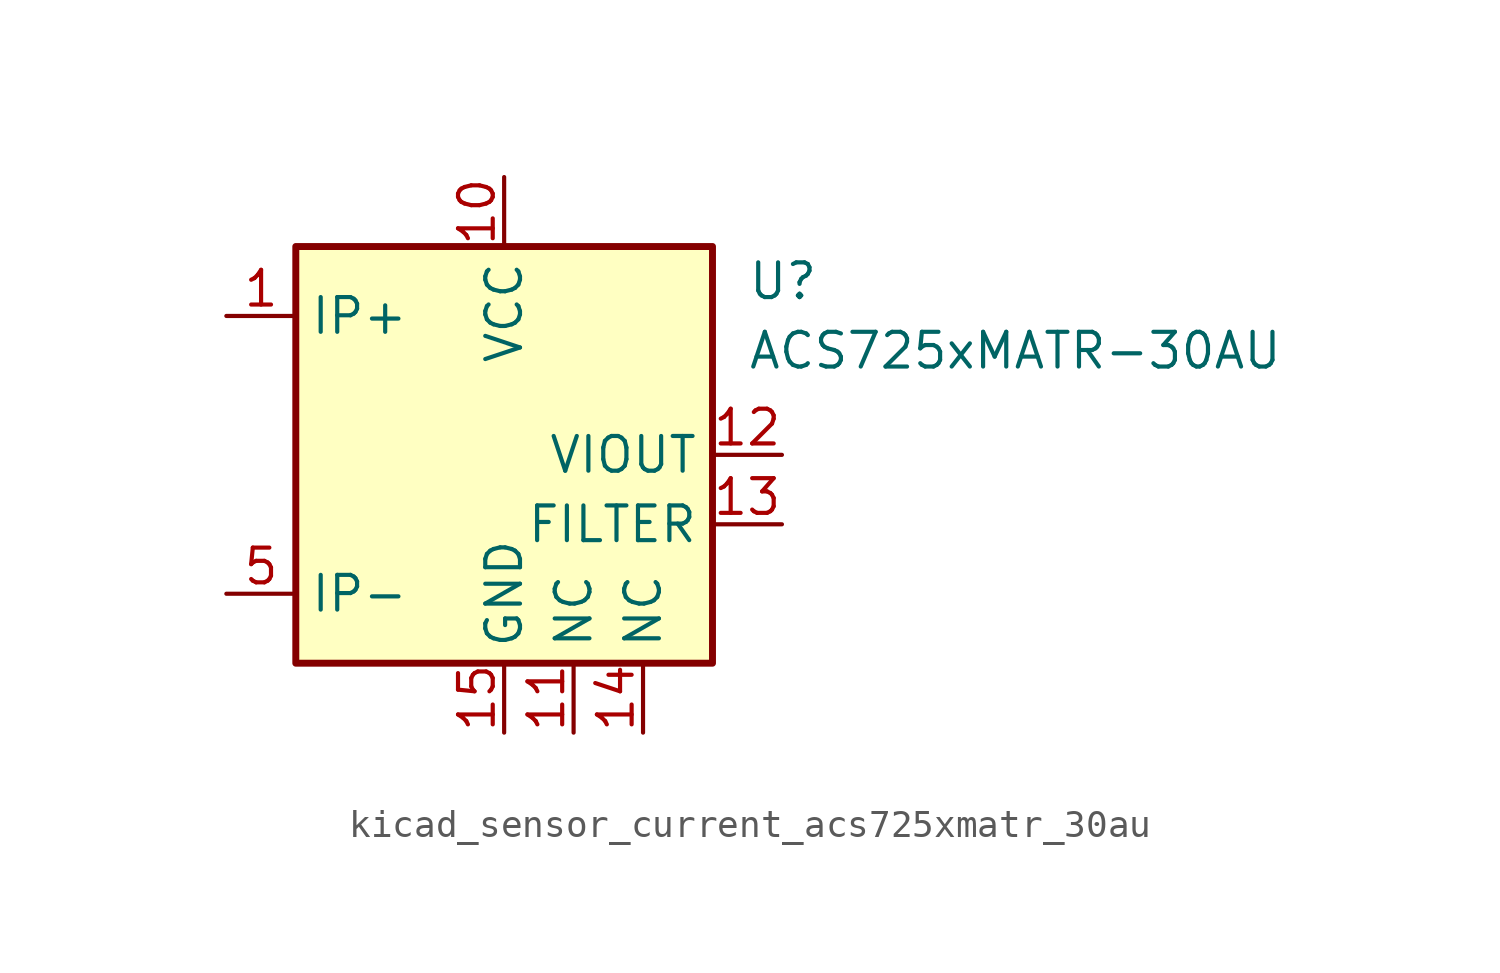
<source format=kicad_sym>
(kicad_symbol_lib
  (version 20220914)
  (generator kicad_symbol_editor)
  (symbol "kicad_sensor_current_acs725xmatr_30au"
    (property "Reference" "U"
      (at 8.89 6.35 0)
      (effects (font (size 1.27 1.27)) (justify left)))
    (property "Value" "ACS725xMATR-30AU"
      (at 8.89 3.81 0)
      (effects (font (size 1.27 1.27)) (justify left)))
    (symbol "kicad_sensor_current_acs725xmatr_30au_0_1"
      (rectangle (start -7.62 7.62) (end 7.62 -7.62) (stroke (width 0.254) (type default)) (fill (type background))))
    (symbol "kicad_sensor_current_acs725xmatr_30au_1_1"
      (pin passive line (at -10.16 5.08 0) (length 2.54) (name "IP+" (effects (font (size 1.27 1.27)))) (number "1" (effects (font (size 1.27 1.27)))))
      (pin power_in line (at 0 10.16 270) (length 2.54) (name "VCC" (effects (font (size 1.27 1.27)))) (number "10" (effects (font (size 1.27 1.27)))))
      (pin passive line (at 2.54 -10.16 90) (length 2.54) (name "NC" (effects (font (size 1.27 1.27)))) (number "11" (effects (font (size 1.27 1.27)))))
      (pin output line (at 10.16 0 180) (length 2.54) (name "VIOUT" (effects (font (size 1.27 1.27)))) (number "12" (effects (font (size 1.27 1.27)))))
      (pin passive line (at 10.16 -2.54 180) (length 2.54) (name "FILTER" (effects (font (size 1.27 1.27)))) (number "13" (effects (font (size 1.27 1.27)))))
      (pin passive line (at 5.08 -10.16 90) (length 2.54) (name "NC" (effects (font (size 1.27 1.27)))) (number "14" (effects (font (size 1.27 1.27)))))
      (pin power_in line (at 0 -10.16 90) (length 2.54) (name "GND" (effects (font (size 1.27 1.27)))) (number "15" (effects (font (size 1.27 1.27)))))
      (pin no_connect line (at 7.62 2.54 180) (length 2.54) hide (name "NC" (effects (font (size 1.27 1.27)))) (number "16" (effects (font (size 1.27 1.27)))))
      (pin passive line (at -10.16 5.08 0) (length 2.54) hide (name "IP+" (effects (font (size 1.27 1.27)))) (number "2" (effects (font (size 1.27 1.27)))))
      (pin passive line (at -10.16 5.08 0) (length 2.54) hide (name "IP+" (effects (font (size 1.27 1.27)))) (number "3" (effects (font (size 1.27 1.27)))))
      (pin passive line (at -10.16 5.08 0) (length 2.54) hide (name "IP+" (effects (font (size 1.27 1.27)))) (number "4" (effects (font (size 1.27 1.27)))))
      (pin passive line (at -10.16 -5.08 0) (length 2.54) (name "IP-" (effects (font (size 1.27 1.27)))) (number "5" (effects (font (size 1.27 1.27)))))
      (pin passive line (at -10.16 -5.08 0) (length 2.54) hide (name "IP-" (effects (font (size 1.27 1.27)))) (number "6" (effects (font (size 1.27 1.27)))))
      (pin passive line (at -10.16 -5.08 0) (length 2.54) hide (name "IP-" (effects (font (size 1.27 1.27)))) (number "7" (effects (font (size 1.27 1.27)))))
      (pin passive line (at -10.16 -5.08 0) (length 2.54) hide (name "IP-" (effects (font (size 1.27 1.27)))) (number "8" (effects (font (size 1.27 1.27)))))
      (pin no_connect line (at 7.62 5.08 180) (length 2.54) hide (name "NC" (effects (font (size 1.27 1.27)))) (number "9" (effects (font (size 1.27 1.27))))))))
</source>
